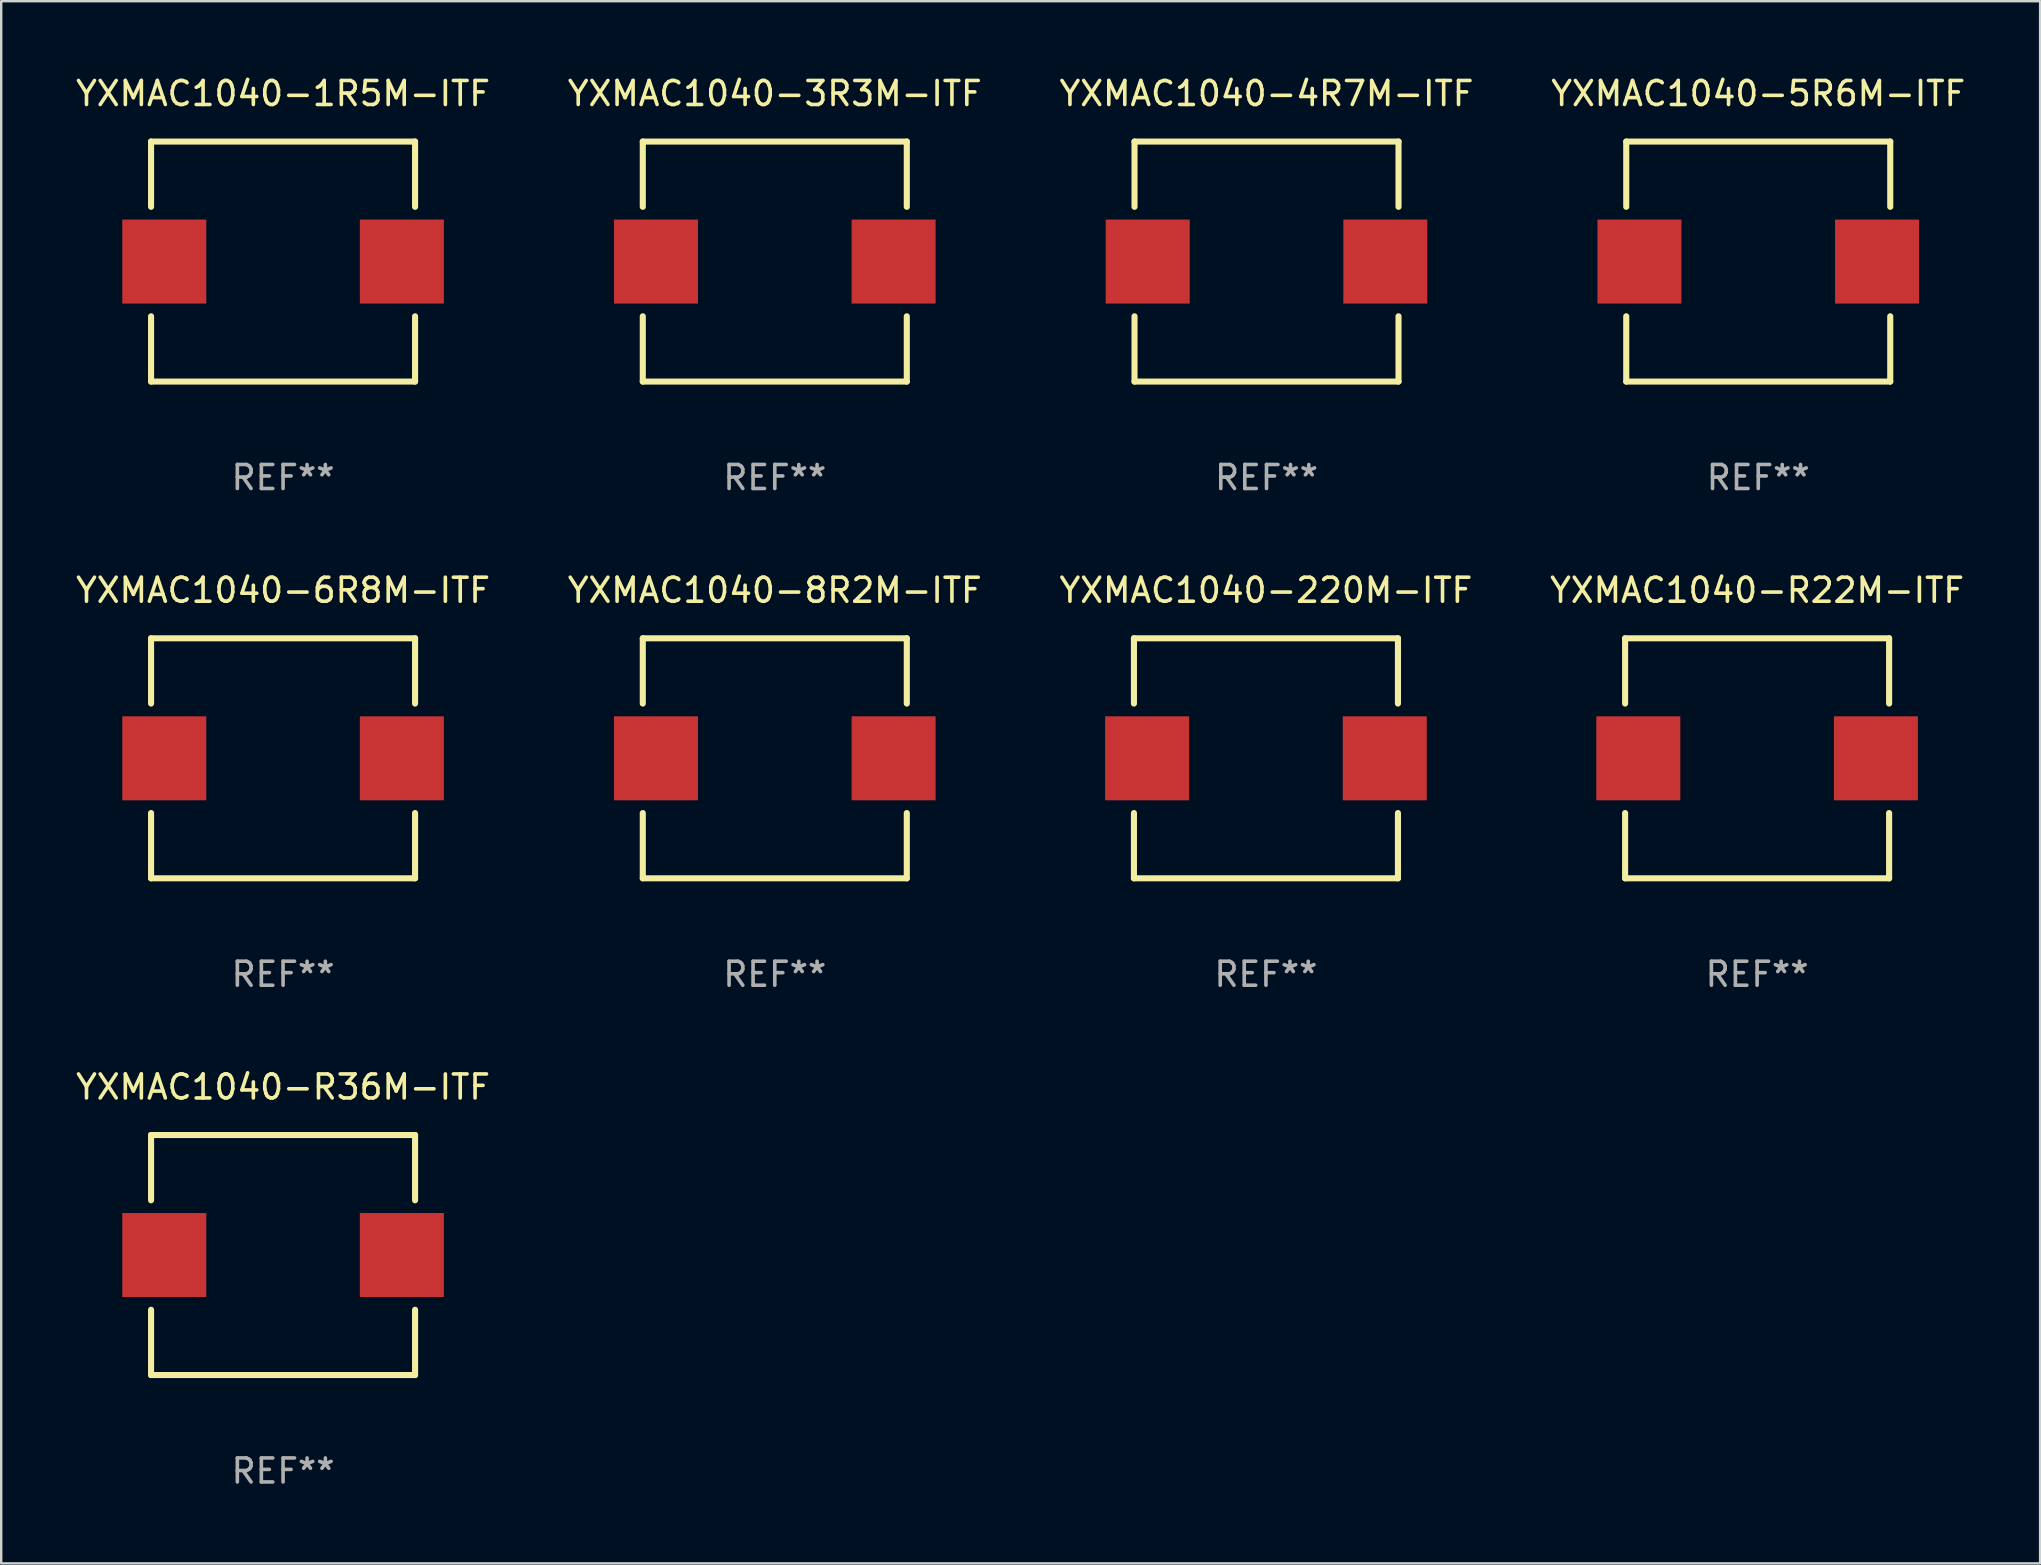
<source format=kicad_pcb>
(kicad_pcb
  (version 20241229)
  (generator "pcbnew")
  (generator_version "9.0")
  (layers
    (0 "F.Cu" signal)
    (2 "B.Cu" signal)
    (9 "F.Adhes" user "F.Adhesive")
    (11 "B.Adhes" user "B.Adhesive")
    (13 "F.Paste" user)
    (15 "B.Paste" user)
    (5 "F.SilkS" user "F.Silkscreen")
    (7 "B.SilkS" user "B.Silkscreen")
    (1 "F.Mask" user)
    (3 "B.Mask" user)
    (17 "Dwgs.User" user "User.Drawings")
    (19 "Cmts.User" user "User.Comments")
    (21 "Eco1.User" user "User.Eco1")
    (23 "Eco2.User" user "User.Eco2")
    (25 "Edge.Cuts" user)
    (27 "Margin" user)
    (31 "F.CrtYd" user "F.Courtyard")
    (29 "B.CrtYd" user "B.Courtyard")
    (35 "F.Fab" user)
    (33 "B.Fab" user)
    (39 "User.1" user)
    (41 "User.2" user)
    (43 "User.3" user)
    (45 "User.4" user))
  (footprint "YXMAC1040-R36M-ITF"
    (layer "F.Cu")
    (at 8.744 49.241)
    (property "Reference" "YXMAC1040-R36M-ITF" (at 0 -7 0) (layer "F.SilkS") (effects (font (size 1 1) (thickness 0.15))))
    (attr through_hole)
    (fp_line (start -5.5 -5) (end 5.5 -5) (stroke (width 0.254) (type solid)) (layer "F.SilkS"))
    (fp_line (start -5.5 -2.281) (end -5.5 -5) (stroke (width 0.254) (type solid)) (layer "F.SilkS"))
    (fp_line (start -5.5 5) (end -5.5 2.281) (stroke (width 0.254) (type solid)) (layer "F.SilkS"))
    (fp_line (start -5.5 5) (end 5.5 5) (stroke (width 0.254) (type solid)) (layer "F.SilkS"))
    (fp_line (start 5.5 -2.281) (end 5.5 -5) (stroke (width 0.254) (type solid)) (layer "F.SilkS"))
    (fp_line (start 5.5 5) (end 5.5 2.281) (stroke (width 0.254) (type solid)) (layer "F.SilkS"))
    (fp_circle (center -5.5 5) (end -5.47 5) (stroke (width 0.06) (type solid)) (fill no) (layer "F.SilkS"))
    (fp_text user "REF**" (at 0 9 0) (layer "F.Fab") (effects (font (size 1 1) (thickness 0.15))))
    (pad "1" smd rect (at -4.95 0 90) (size 3.5 3.5) (layers "F.Cu" "F.Mask" "F.Paste"))
    (pad "2" smd rect (at 4.95 0 270) (size 3.5 3.5) (layers "F.Cu" "F.Mask" "F.Paste")))
  (footprint "YXMAC1040-6R8M-ITF"
    (layer "F.Cu")
    (at 8.744 28.545)
    (property "Reference" "YXMAC1040-6R8M-ITF" (at 0 -7 0) (layer "F.SilkS") (effects (font (size 1 1) (thickness 0.15))))
    (attr through_hole)
    (fp_line (start -5.5 -5) (end 5.5 -5) (stroke (width 0.254) (type solid)) (layer "F.SilkS"))
    (fp_line (start -5.5 -2.281) (end -5.5 -5) (stroke (width 0.254) (type solid)) (layer "F.SilkS"))
    (fp_line (start -5.5 5) (end -5.5 2.281) (stroke (width 0.254) (type solid)) (layer "F.SilkS"))
    (fp_line (start -5.5 5) (end 5.5 5) (stroke (width 0.254) (type solid)) (layer "F.SilkS"))
    (fp_line (start 5.5 -2.281) (end 5.5 -5) (stroke (width 0.254) (type solid)) (layer "F.SilkS"))
    (fp_line (start 5.5 5) (end 5.5 2.281) (stroke (width 0.254) (type solid)) (layer "F.SilkS"))
    (fp_circle (center -5.5 5) (end -5.47 5) (stroke (width 0.06) (type solid)) (fill no) (layer "F.SilkS"))
    (fp_text user "REF**" (at 0 9 0) (layer "F.Fab") (effects (font (size 1 1) (thickness 0.15))))
    (pad "1" smd rect (at -4.95 0 90) (size 3.5 3.5) (layers "F.Cu" "F.Mask" "F.Paste"))
    (pad "2" smd rect (at 4.95 0 270) (size 3.5 3.5) (layers "F.Cu" "F.Mask" "F.Paste")))
  (footprint "YXMAC1040-4R7M-ITF"
    (layer "F.Cu")
    (at 49.72 7.848)
    (property "Reference" "YXMAC1040-4R7M-ITF" (at 0 -7 0) (layer "F.SilkS") (effects (font (size 1 1) (thickness 0.15))))
    (attr through_hole)
    (fp_line (start -5.5 -5) (end 5.5 -5) (stroke (width 0.254) (type solid)) (layer "F.SilkS"))
    (fp_line (start -5.5 -2.281) (end -5.5 -5) (stroke (width 0.254) (type solid)) (layer "F.SilkS"))
    (fp_line (start -5.5 5) (end -5.5 2.281) (stroke (width 0.254) (type solid)) (layer "F.SilkS"))
    (fp_line (start -5.5 5) (end 5.5 5) (stroke (width 0.254) (type solid)) (layer "F.SilkS"))
    (fp_line (start 5.5 -2.281) (end 5.5 -5) (stroke (width 0.254) (type solid)) (layer "F.SilkS"))
    (fp_line (start 5.5 5) (end 5.5 2.281) (stroke (width 0.254) (type solid)) (layer "F.SilkS"))
    (fp_circle (center -5.47 4.97) (end -5.44 4.97) (stroke (width 0.06) (type solid)) (fill no) (layer "F.SilkS"))
    (fp_text user "REF**" (at 0 9 0) (layer "F.Fab") (effects (font (size 1 1) (thickness 0.15))))
    (pad "1" smd rect (at -4.95 0.000025 90) (size 3.5 3.5) (layers "F.Cu" "F.Mask" "F.Paste"))
    (pad "2" smd rect (at 4.95 0.000025 270) (size 3.5 3.5) (layers "F.Cu" "F.Mask" "F.Paste")))
  (footprint "YXMAC1040-3R3M-ITF"
    (layer "F.Cu")
    (at 29.232 7.848)
    (property "Reference" "YXMAC1040-3R3M-ITF" (at 0 -7 0) (layer "F.SilkS") (effects (font (size 1 1) (thickness 0.15))))
    (attr through_hole)
    (fp_line (start -5.5 -5) (end 5.5 -5) (stroke (width 0.254) (type solid)) (layer "F.SilkS"))
    (fp_line (start -5.5 -2.281) (end -5.5 -5) (stroke (width 0.254) (type solid)) (layer "F.SilkS"))
    (fp_line (start -5.5 5) (end -5.5 2.281) (stroke (width 0.254) (type solid)) (layer "F.SilkS"))
    (fp_line (start -5.5 5) (end 5.5 5) (stroke (width 0.254) (type solid)) (layer "F.SilkS"))
    (fp_line (start 5.5 -2.281) (end 5.5 -5) (stroke (width 0.254) (type solid)) (layer "F.SilkS"))
    (fp_line (start 5.5 5) (end 5.5 2.281) (stroke (width 0.254) (type solid)) (layer "F.SilkS"))
    (fp_circle (center -5.5 5) (end -5.47 5) (stroke (width 0.06) (type solid)) (fill no) (layer "F.SilkS"))
    (fp_text user "REF**" (at 0 9 0) (layer "F.Fab") (effects (font (size 1 1) (thickness 0.15))))
    (pad "1" smd rect (at -4.95 0 90) (size 3.5 3.5) (layers "F.Cu" "F.Mask" "F.Paste"))
    (pad "2" smd rect (at 4.95 0 270) (size 3.5 3.5) (layers "F.Cu" "F.Mask" "F.Paste")))
  (footprint "YXMAC1040-R22M-ITF"
    (layer "F.Cu")
    (at 70.161 28.545)
    (property "Reference" "YXMAC1040-R22M-ITF" (at 0 -7 0) (layer "F.SilkS") (effects (font (size 1 1) (thickness 0.15))))
    (attr through_hole)
    (fp_line (start -5.5 -5) (end 5.5 -5) (stroke (width 0.254) (type solid)) (layer "F.SilkS"))
    (fp_line (start -5.5 -2.281) (end -5.5 -5) (stroke (width 0.254) (type solid)) (layer "F.SilkS"))
    (fp_line (start -5.5 5) (end -5.5 2.281) (stroke (width 0.254) (type solid)) (layer "F.SilkS"))
    (fp_line (start -5.5 5) (end 5.5 5) (stroke (width 0.254) (type solid)) (layer "F.SilkS"))
    (fp_line (start 5.5 -2.281) (end 5.5 -5) (stroke (width 0.254) (type solid)) (layer "F.SilkS"))
    (fp_line (start 5.5 5) (end 5.5 2.281) (stroke (width 0.254) (type solid)) (layer "F.SilkS"))
    (fp_circle (center -5.5 5) (end -5.47 5) (stroke (width 0.06) (type solid)) (fill no) (layer "F.SilkS"))
    (fp_text user "REF**" (at 0 9 0) (layer "F.Fab") (effects (font (size 1 1) (thickness 0.15))))
    (pad "1" smd rect (at -4.95 0 90) (size 3.5 3.5) (layers "F.Cu" "F.Mask" "F.Paste"))
    (pad "2" smd rect (at 4.95 0 270) (size 3.5 3.5) (layers "F.Cu" "F.Mask" "F.Paste")))
  (footprint "YXMAC1040-8R2M-ITF"
    (layer "F.Cu")
    (at 29.232 28.545)
    (property "Reference" "YXMAC1040-8R2M-ITF" (at 0 -7 0) (layer "F.SilkS") (effects (font (size 1 1) (thickness 0.15))))
    (attr through_hole)
    (fp_line (start -5.5 -5) (end 5.5 -5) (stroke (width 0.254) (type solid)) (layer "F.SilkS"))
    (fp_line (start -5.5 -2.281) (end -5.5 -5) (stroke (width 0.254) (type solid)) (layer "F.SilkS"))
    (fp_line (start -5.5 5) (end -5.5 2.281) (stroke (width 0.254) (type solid)) (layer "F.SilkS"))
    (fp_line (start -5.5 5) (end 5.5 5) (stroke (width 0.254) (type solid)) (layer "F.SilkS"))
    (fp_line (start 5.5 -2.281) (end 5.5 -5) (stroke (width 0.254) (type solid)) (layer "F.SilkS"))
    (fp_line (start 5.5 5) (end 5.5 2.281) (stroke (width 0.254) (type solid)) (layer "F.SilkS"))
    (fp_circle (center -5.5 5) (end -5.47 5) (stroke (width 0.06) (type solid)) (fill no) (layer "F.SilkS"))
    (fp_text user "REF**" (at 0 9 0) (layer "F.Fab") (effects (font (size 1 1) (thickness 0.15))))
    (pad "1" smd rect (at -4.95 0 90) (size 3.5 3.5) (layers "F.Cu" "F.Mask" "F.Paste"))
    (pad "2" smd rect (at 4.95 0 270) (size 3.5 3.5) (layers "F.Cu" "F.Mask" "F.Paste")))
  (footprint "YXMAC1040-1R5M-ITF"
    (layer "F.Cu")
    (at 8.744 7.848)
    (property "Reference" "YXMAC1040-1R5M-ITF" (at 0 -7 0) (layer "F.SilkS") (effects (font (size 1 1) (thickness 0.15))))
    (attr through_hole)
    (fp_line (start -5.5 -5) (end 5.5 -5) (stroke (width 0.254) (type solid)) (layer "F.SilkS"))
    (fp_line (start -5.5 -2.281) (end -5.5 -5) (stroke (width 0.254) (type solid)) (layer "F.SilkS"))
    (fp_line (start -5.5 5) (end -5.5 2.281) (stroke (width 0.254) (type solid)) (layer "F.SilkS"))
    (fp_line (start -5.5 5) (end 5.5 5) (stroke (width 0.254) (type solid)) (layer "F.SilkS"))
    (fp_line (start 5.5 -2.281) (end 5.5 -5) (stroke (width 0.254) (type solid)) (layer "F.SilkS"))
    (fp_line (start 5.5 5) (end 5.5 2.281) (stroke (width 0.254) (type solid)) (layer "F.SilkS"))
    (fp_circle (center -5.5 5) (end -5.47 5) (stroke (width 0.06) (type solid)) (fill no) (layer "F.SilkS"))
    (fp_text user "REF**" (at 0 9 0) (layer "F.Fab") (effects (font (size 1 1) (thickness 0.15))))
    (pad "1" smd rect (at -4.95 0 90) (size 3.5 3.5) (layers "F.Cu" "F.Mask" "F.Paste"))
    (pad "2" smd rect (at 4.95 0 270) (size 3.5 3.5) (layers "F.Cu" "F.Mask" "F.Paste")))
  (footprint "YXMAC1040-5R6M-ITF"
    (layer "F.Cu")
    (at 70.208 7.848)
    (property "Reference" "YXMAC1040-5R6M-ITF" (at 0 -7 0) (layer "F.SilkS") (effects (font (size 1 1) (thickness 0.15))))
    (attr through_hole)
    (fp_line (start -5.5 -5) (end 5.5 -5) (stroke (width 0.254) (type solid)) (layer "F.SilkS"))
    (fp_line (start -5.5 -2.281) (end -5.5 -5) (stroke (width 0.254) (type solid)) (layer "F.SilkS"))
    (fp_line (start -5.5 5) (end -5.5 2.281) (stroke (width 0.254) (type solid)) (layer "F.SilkS"))
    (fp_line (start -5.5 5) (end 5.5 5) (stroke (width 0.254) (type solid)) (layer "F.SilkS"))
    (fp_line (start 5.5 -2.281) (end 5.5 -5) (stroke (width 0.254) (type solid)) (layer "F.SilkS"))
    (fp_line (start 5.5 5) (end 5.5 2.281) (stroke (width 0.254) (type solid)) (layer "F.SilkS"))
    (fp_circle (center -5.5 5) (end -5.47 5) (stroke (width 0.06) (type solid)) (fill no) (layer "F.SilkS"))
    (fp_text user "REF**" (at 0 9 0) (layer "F.Fab") (effects (font (size 1 1) (thickness 0.15))))
    (pad "1" smd rect (at -4.95 0 90) (size 3.5 3.5) (layers "F.Cu" "F.Mask" "F.Paste"))
    (pad "2" smd rect (at 4.95 0 270) (size 3.5 3.5) (layers "F.Cu" "F.Mask" "F.Paste")))
  (footprint "YXMAC1040-220M-ITF"
    (layer "F.Cu")
    (at 49.696 28.545)
    (property "Reference" "YXMAC1040-220M-ITF" (at 0 -7 0) (layer "F.SilkS") (effects (font (size 1 1) (thickness 0.15))))
    (attr through_hole)
    (fp_line (start -5.5 -5) (end 5.5 -5) (stroke (width 0.254) (type solid)) (layer "F.SilkS"))
    (fp_line (start -5.5 -2.281) (end -5.5 -5) (stroke (width 0.254) (type solid)) (layer "F.SilkS"))
    (fp_line (start -5.5 5) (end -5.5 2.281) (stroke (width 0.254) (type solid)) (layer "F.SilkS"))
    (fp_line (start -5.5 5) (end 5.5 5) (stroke (width 0.254) (type solid)) (layer "F.SilkS"))
    (fp_line (start 5.5 -2.281) (end 5.5 -5) (stroke (width 0.254) (type solid)) (layer "F.SilkS"))
    (fp_line (start 5.5 5) (end 5.5 2.281) (stroke (width 0.254) (type solid)) (layer "F.SilkS"))
    (fp_circle (center -5.5 5) (end -5.47 5) (stroke (width 0.06) (type solid)) (fill no) (layer "F.SilkS"))
    (fp_text user "REF**" (at 0 9 0) (layer "F.Fab") (effects (font (size 1 1) (thickness 0.15))))
    (pad "1" smd rect (at -4.95 0 90) (size 3.5 3.5) (layers "F.Cu" "F.Mask" "F.Paste"))
    (pad "2" smd rect (at 4.95 0 270) (size 3.5 3.5) (layers "F.Cu" "F.Mask" "F.Paste")))
  (gr_rect
    (start -3 -3)
    (end 81.952 62.09)
    (stroke (width 0.1) (type default))
    (fill no)
    (layer "Edge.Cuts")))
</source>
